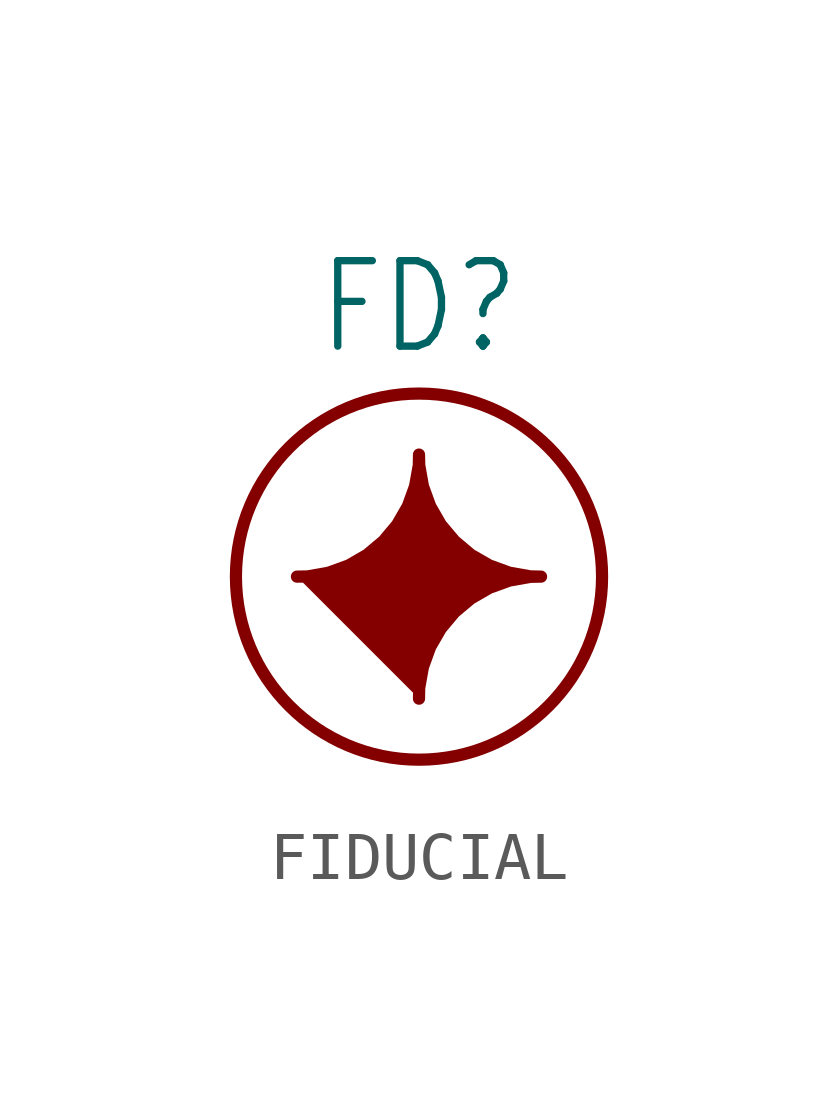
<source format=kicad_sym>
(kicad_symbol_lib
  (version 20231120)
  (generator "kicad_symbol_editor")
  (generator_version "8.0")
  (symbol "FIDUCIAL"
    (property "Reference" "FD"
      (at 0 4.572 0)
      (effects (font (size 1.778 1.511)) (justify bottom)))
    (property "ki_locked" ""
      (at 0 0 0)
      (effects (font (size 1.27 1.27))))
    (symbol "FIDUCIAL_1_0"
      (polyline (pts (xy 0 -2.54) (xy 0.004 -2.318) (xy 0.082 -1.881) (xy 0.233 -1.464) (xy 0.455 -1.08) (xy 0.74 -0.74) (xy 1.08 -0.455) (xy 1.464 -0.233) (xy 1.881 -0.082) (xy 2.318 -0.004) (xy 2.54 0) (xy 2.318 0.005) (xy 1.881 0.082) (xy 1.464 0.234) (xy 1.08 0.455) (xy 0.741 0.741) (xy 0.455 1.08) (xy 0.234 1.464) (xy 0.082 1.881) (xy 0.005 2.318) (xy 0 2.54) (xy -0.004 2.318) (xy -0.082 1.881) (xy -0.233 1.464) (xy -0.455 1.08) (xy -0.74 0.74) (xy -1.08 0.455) (xy -1.464 0.233) (xy -1.881 0.082) (xy -2.318 0.004) (xy -2.54 0)) (stroke (width 0.254) (type solid)) (fill (type outline)))
      (circle (center 0 0) (radius 3.81) (stroke (width 0.254) (type solid)) (fill (type none))))))
</source>
